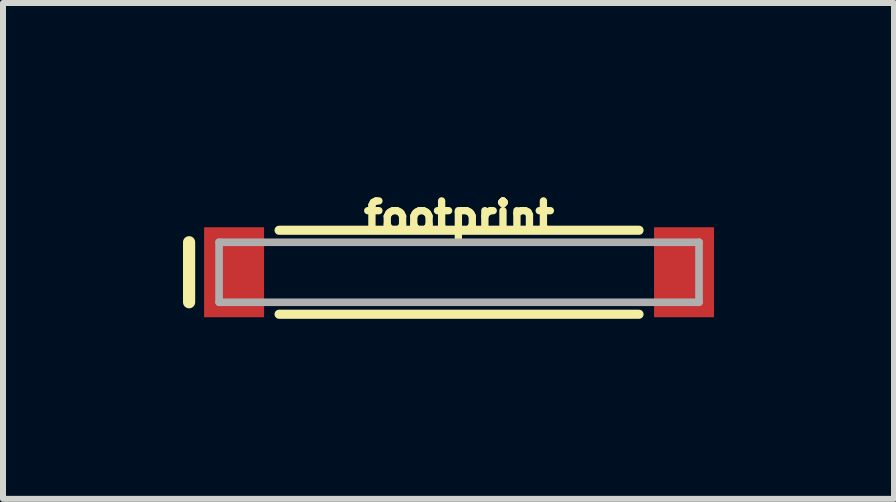
<source format=kicad_pcb>
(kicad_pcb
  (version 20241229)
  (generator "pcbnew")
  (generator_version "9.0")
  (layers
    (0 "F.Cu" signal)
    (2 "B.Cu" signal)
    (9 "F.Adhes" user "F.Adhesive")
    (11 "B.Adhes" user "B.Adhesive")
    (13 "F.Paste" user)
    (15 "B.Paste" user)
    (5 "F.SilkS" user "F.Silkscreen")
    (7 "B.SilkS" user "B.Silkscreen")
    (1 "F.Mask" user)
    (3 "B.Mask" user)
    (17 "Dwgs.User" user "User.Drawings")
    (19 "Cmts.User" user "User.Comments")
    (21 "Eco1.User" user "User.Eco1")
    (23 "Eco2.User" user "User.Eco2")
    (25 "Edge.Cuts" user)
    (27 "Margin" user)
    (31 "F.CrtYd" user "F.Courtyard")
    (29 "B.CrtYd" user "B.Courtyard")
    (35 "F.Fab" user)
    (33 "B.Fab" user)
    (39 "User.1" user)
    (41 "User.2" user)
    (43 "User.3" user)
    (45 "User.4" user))
  (footprint "footprint"
    (layer "F.Cu")
    (at 4.602 1.488)
    (property "Reference" "footprint" (at 0 -0.635 0) (layer "F.SilkS") (effects (font (size 0.488 0.488) (thickness 0.122)) (justify bottom)))
    (fp_line (start -4.5 -0.5) (end -4.5 0.5) (stroke (width 0.203) (type solid)) (layer "F.SilkS"))
    (fp_line (start -3 -0.7) (end 3 -0.7) (stroke (width 0.152) (type solid)) (layer "F.SilkS"))
    (fp_line (start 3 0.7) (end -3 0.7) (stroke (width 0.152) (type solid)) (layer "F.SilkS"))
    (fp_line (start -4 -0.5) (end 4 -0.5) (stroke (width 0.127) (type solid)) (layer "F.Fab"))
    (fp_line (start -4 0.5) (end -4 -0.5) (stroke (width 0.127) (type solid)) (layer "F.Fab"))
    (fp_line (start 4 -0.5) (end 4 0.5) (stroke (width 0.127) (type solid)) (layer "F.Fab"))
    (fp_line (start 4 0.5) (end -4 0.5) (stroke (width 0.127) (type solid)) (layer "F.Fab"))
    (pad "FEED" smd rect (at -3.75 0) (size 1 1.5) (layers "F.Cu" "F.Mask" "F.Paste"))
    (pad "NC" smd rect (at 3.75 0) (size 1 1.5) (layers "F.Cu" "F.Mask" "F.Paste")))
  (gr_rect
    (start -3 -3)
    (end 11.852 5.265)
    (stroke (width 0.1) (type default))
    (fill no)
    (layer "Edge.Cuts")))
</source>
